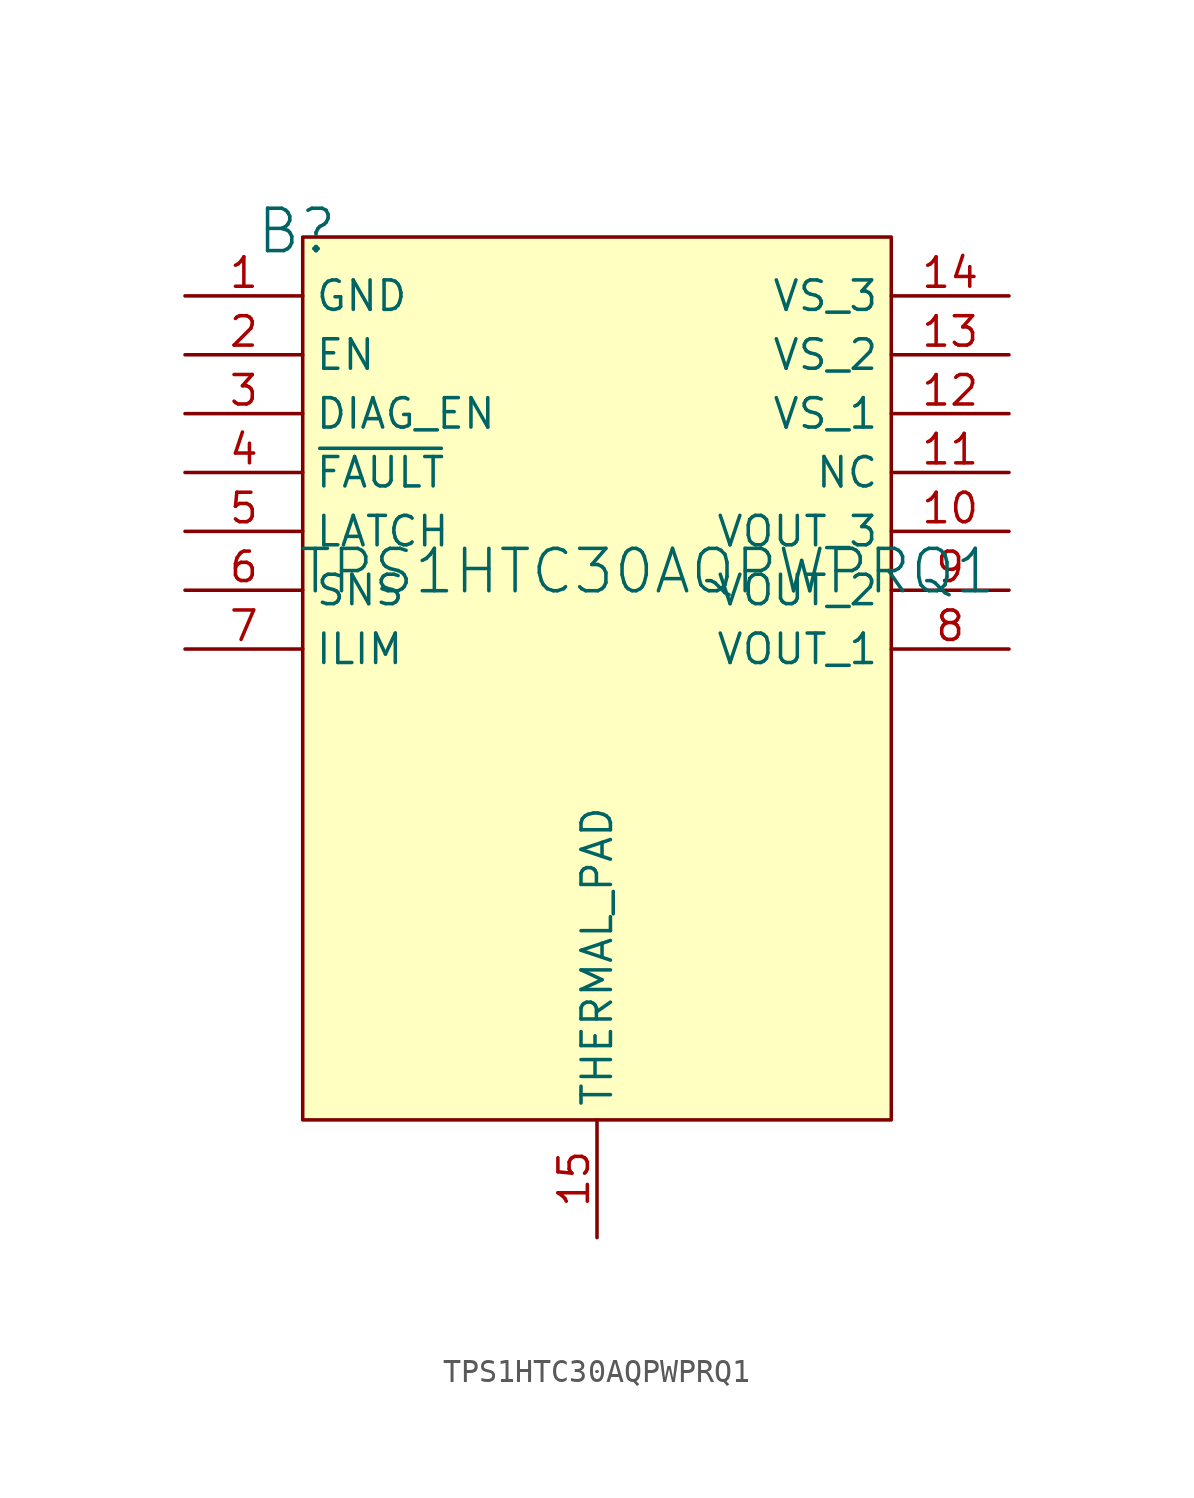
<source format=kicad_sym>
(kicad_symbol_lib
  (version 20241209)
  (generator "kicad_symbol_editor")
  (generator_version "9.0")
  (symbol "TPS1HTC30AQPWPRQ1"
    (property "Reference" "B"
      (at 4.826 2.794 0)
      (effects (font (size 1.829 1.829))))
    (property "Value" "TPS1HTC30AQPWPRQ1"
      (at 4.826 -12.954 0)
      (effects (font (size 1.829 1.829)) (justify left bottom)))
    (symbol "TPS1HTC30AQPWPRQ1_1_0"
      (rectangle (start 30.48 2.54) (end 5.08 -35.56) (stroke (width 0) (type solid) (color 128 0 0 1)) (fill (type background)))
      (pin passive line (at 0 0 0) (length 5.08) (name "GND" (effects (font (size 1.27 1.27)))) (number "1" (effects (font (size 1.27 1.27)))))
      (pin passive line (at 0 -2.54 0) (length 5.08) (name "EN" (effects (font (size 1.27 1.27)))) (number "2" (effects (font (size 1.27 1.27)))))
      (pin passive line (at 0 -5.08 0) (length 5.08) (name "DIAG_EN" (effects (font (size 1.27 1.27)))) (number "3" (effects (font (size 1.27 1.27)))))
      (pin passive line (at 0 -7.62 0) (length 5.08) (name "~{FAULT}" (effects (font (size 1.27 1.27)))) (number "4" (effects (font (size 1.27 1.27)))))
      (pin passive line (at 0 -10.16 0) (length 5.08) (name "LATCH" (effects (font (size 1.27 1.27)))) (number "5" (effects (font (size 1.27 1.27)))))
      (pin passive line (at 0 -12.7 0) (length 5.08) (name "SNS" (effects (font (size 1.27 1.27)))) (number "6" (effects (font (size 1.27 1.27)))))
      (pin passive line (at 0 -15.24 0) (length 5.08) (name "ILIM" (effects (font (size 1.27 1.27)))) (number "7" (effects (font (size 1.27 1.27)))))
      (pin passive line (at 17.78 -40.64 90) (length 5.08) (name "THERMAL_PAD" (effects (font (size 1.27 1.27)))) (number "15" (effects (font (size 1.27 1.27)))))
      (pin power_in line (at 35.56 0 180) (length 5.08) (name "VS_3" (effects (font (size 1.27 1.27)))) (number "14" (effects (font (size 1.27 1.27)))))
      (pin power_in line (at 35.56 -2.54 180) (length 5.08) (name "VS_2" (effects (font (size 1.27 1.27)))) (number "13" (effects (font (size 1.27 1.27)))))
      (pin power_in line (at 35.56 -5.08 180) (length 5.08) (name "VS_1" (effects (font (size 1.27 1.27)))) (number "12" (effects (font (size 1.27 1.27)))))
      (pin passive line (at 35.56 -7.62 180) (length 5.08) (name "NC" (effects (font (size 1.27 1.27)))) (number "11" (effects (font (size 1.27 1.27)))))
      (pin power_in line (at 35.56 -10.16 180) (length 5.08) (name "VOUT_3" (effects (font (size 1.27 1.27)))) (number "10" (effects (font (size 1.27 1.27)))))
      (pin power_in line (at 35.56 -12.7 180) (length 5.08) (name "VOUT_2" (effects (font (size 1.27 1.27)))) (number "9" (effects (font (size 1.27 1.27)))))
      (pin power_in line (at 35.56 -15.24 180) (length 5.08) (name "VOUT_1" (effects (font (size 1.27 1.27)))) (number "8" (effects (font (size 1.27 1.27))))))))
</source>
